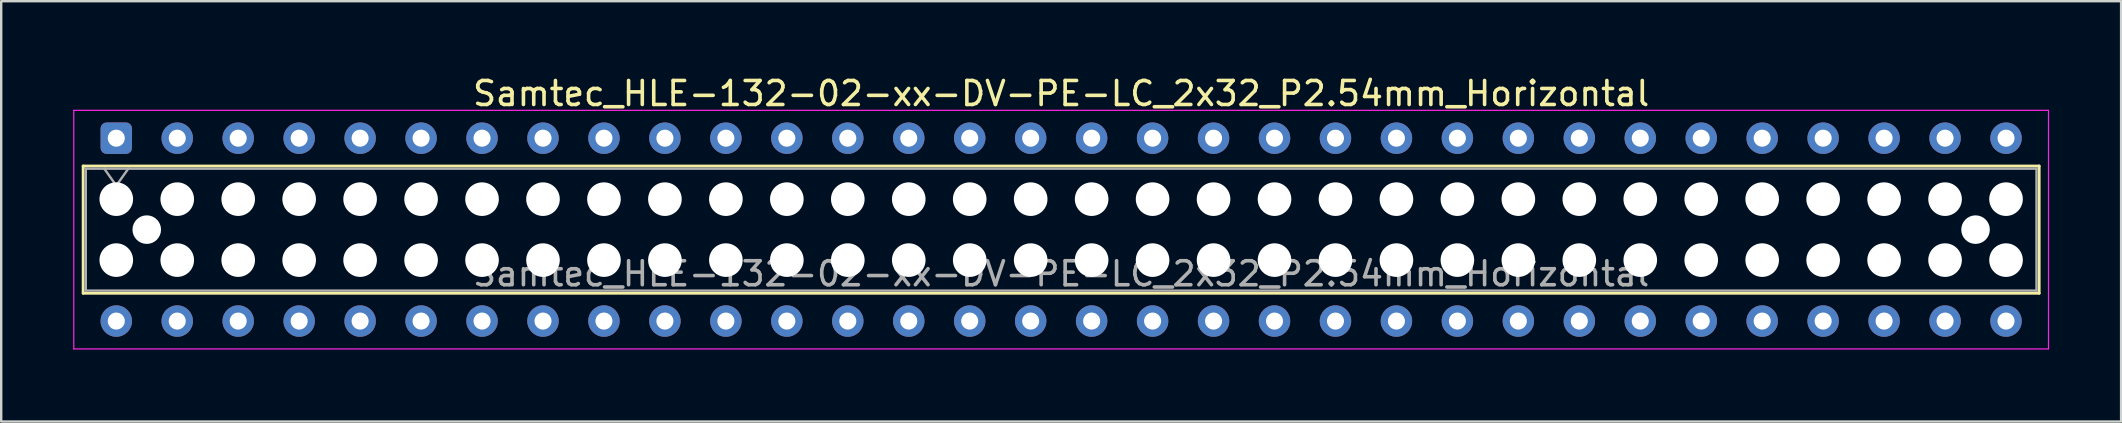
<source format=kicad_pcb>
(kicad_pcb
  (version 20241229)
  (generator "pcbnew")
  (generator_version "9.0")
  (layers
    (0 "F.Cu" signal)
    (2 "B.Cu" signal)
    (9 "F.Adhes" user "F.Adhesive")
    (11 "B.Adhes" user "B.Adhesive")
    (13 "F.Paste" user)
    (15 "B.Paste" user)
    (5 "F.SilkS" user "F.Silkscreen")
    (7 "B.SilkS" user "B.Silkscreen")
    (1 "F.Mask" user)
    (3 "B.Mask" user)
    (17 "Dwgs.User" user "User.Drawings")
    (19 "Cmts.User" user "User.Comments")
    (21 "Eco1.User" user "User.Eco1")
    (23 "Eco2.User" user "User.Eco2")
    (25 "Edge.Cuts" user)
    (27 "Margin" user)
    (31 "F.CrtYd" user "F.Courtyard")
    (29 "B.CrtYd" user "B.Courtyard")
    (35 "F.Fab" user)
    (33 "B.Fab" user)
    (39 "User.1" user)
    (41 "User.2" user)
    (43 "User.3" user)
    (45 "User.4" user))
  (footprint "Samtec_HLE-132-02-xx-DV-PE-LC_2x32_P2.54mm_Horizontal"
    (layer "F.Cu")
    (at 1.795 2.708)
    (property "Reference" "Samtec_HLE-132-02-xx-DV-PE-LC_2x32_P2.54mm_Horizontal" (at 39.37 -1.86 0) (layer "F.SilkS") (effects (font (size 1 1) (thickness 0.15))))
    (attr through_hole)
    (fp_line (start -1.38 1.16) (end 80.12 1.16) (stroke (width 0.12) (type solid)) (layer "F.SilkS"))
    (fp_line (start -1.38 6.46) (end -1.38 1.16) (stroke (width 0.12) (type solid)) (layer "F.SilkS"))
    (fp_line (start 80.12 1.16) (end 80.12 6.46) (stroke (width 0.12) (type solid)) (layer "F.SilkS"))
    (fp_line (start 80.12 6.46) (end -1.38 6.46) (stroke (width 0.12) (type solid)) (layer "F.SilkS"))
    (fp_line (start -1.77 -1.16) (end 80.51 -1.16) (stroke (width 0.05) (type solid)) (layer "F.CrtYd"))
    (fp_line (start -1.77 8.78) (end -1.77 -1.16) (stroke (width 0.05) (type solid)) (layer "F.CrtYd"))
    (fp_line (start 80.51 -1.16) (end 80.51 8.78) (stroke (width 0.05) (type solid)) (layer "F.CrtYd"))
    (fp_line (start 80.51 8.78) (end -1.77 8.78) (stroke (width 0.05) (type solid)) (layer "F.CrtYd"))
    (fp_line (start -1.27 1.27) (end 80.01 1.27) (stroke (width 0.1) (type solid)) (layer "F.Fab"))
    (fp_line (start -1.27 6.35) (end -1.27 1.27) (stroke (width 0.1) (type solid)) (layer "F.Fab"))
    (fp_line (start -0.5 1.27) (end 0 1.977) (stroke (width 0.1) (type solid)) (layer "F.Fab"))
    (fp_line (start 0 1.977) (end 0.5 1.27) (stroke (width 0.1) (type solid)) (layer "F.Fab"))
    (fp_line (start 80.01 1.27) (end 80.01 6.35) (stroke (width 0.1) (type solid)) (layer "F.Fab"))
    (fp_line (start 80.01 6.35) (end -1.27 6.35) (stroke (width 0.1) (type solid)) (layer "F.Fab"))
    (fp_text user "${REFERENCE}" (at 39.37 5.65 0) (layer "F.Fab") (effects (font (size 1 1) (thickness 0.15))))
    (pad "" np_thru_hole circle (at 0 2.54) (size 1.4 1.4) (drill 1.4) (layers "*.Cu" "*.Mask"))
    (pad "" np_thru_hole circle (at 0 5.08) (size 1.4 1.4) (drill 1.4) (layers "*.Cu" "*.Mask"))
    (pad "" np_thru_hole circle (at 1.27 3.81) (size 1.19 1.19) (drill 1.19) (layers "*.Cu" "*.Mask"))
    (pad "" np_thru_hole circle (at 2.54 2.54) (size 1.4 1.4) (drill 1.4) (layers "*.Cu" "*.Mask"))
    (pad "" np_thru_hole circle (at 2.54 5.08) (size 1.4 1.4) (drill 1.4) (layers "*.Cu" "*.Mask"))
    (pad "" np_thru_hole circle (at 5.08 2.54) (size 1.4 1.4) (drill 1.4) (layers "*.Cu" "*.Mask"))
    (pad "" np_thru_hole circle (at 5.08 5.08) (size 1.4 1.4) (drill 1.4) (layers "*.Cu" "*.Mask"))
    (pad "" np_thru_hole circle (at 7.62 2.54) (size 1.4 1.4) (drill 1.4) (layers "*.Cu" "*.Mask"))
    (pad "" np_thru_hole circle (at 7.62 5.08) (size 1.4 1.4) (drill 1.4) (layers "*.Cu" "*.Mask"))
    (pad "" np_thru_hole circle (at 10.16 2.54) (size 1.4 1.4) (drill 1.4) (layers "*.Cu" "*.Mask"))
    (pad "" np_thru_hole circle (at 10.16 5.08) (size 1.4 1.4) (drill 1.4) (layers "*.Cu" "*.Mask"))
    (pad "" np_thru_hole circle (at 12.7 2.54) (size 1.4 1.4) (drill 1.4) (layers "*.Cu" "*.Mask"))
    (pad "" np_thru_hole circle (at 12.7 5.08) (size 1.4 1.4) (drill 1.4) (layers "*.Cu" "*.Mask"))
    (pad "" np_thru_hole circle (at 15.24 2.54) (size 1.4 1.4) (drill 1.4) (layers "*.Cu" "*.Mask"))
    (pad "" np_thru_hole circle (at 15.24 5.08) (size 1.4 1.4) (drill 1.4) (layers "*.Cu" "*.Mask"))
    (pad "" np_thru_hole circle (at 17.78 2.54) (size 1.4 1.4) (drill 1.4) (layers "*.Cu" "*.Mask"))
    (pad "" np_thru_hole circle (at 17.78 5.08) (size 1.4 1.4) (drill 1.4) (layers "*.Cu" "*.Mask"))
    (pad "" np_thru_hole circle (at 20.32 2.54) (size 1.4 1.4) (drill 1.4) (layers "*.Cu" "*.Mask"))
    (pad "" np_thru_hole circle (at 20.32 5.08) (size 1.4 1.4) (drill 1.4) (layers "*.Cu" "*.Mask"))
    (pad "" np_thru_hole circle (at 22.86 2.54) (size 1.4 1.4) (drill 1.4) (layers "*.Cu" "*.Mask"))
    (pad "" np_thru_hole circle (at 22.86 5.08) (size 1.4 1.4) (drill 1.4) (layers "*.Cu" "*.Mask"))
    (pad "" np_thru_hole circle (at 25.4 2.54) (size 1.4 1.4) (drill 1.4) (layers "*.Cu" "*.Mask"))
    (pad "" np_thru_hole circle (at 25.4 5.08) (size 1.4 1.4) (drill 1.4) (layers "*.Cu" "*.Mask"))
    (pad "" np_thru_hole circle (at 27.94 2.54) (size 1.4 1.4) (drill 1.4) (layers "*.Cu" "*.Mask"))
    (pad "" np_thru_hole circle (at 27.94 5.08) (size 1.4 1.4) (drill 1.4) (layers "*.Cu" "*.Mask"))
    (pad "" np_thru_hole circle (at 30.48 2.54) (size 1.4 1.4) (drill 1.4) (layers "*.Cu" "*.Mask"))
    (pad "" np_thru_hole circle (at 30.48 5.08) (size 1.4 1.4) (drill 1.4) (layers "*.Cu" "*.Mask"))
    (pad "" np_thru_hole circle (at 33.02 2.54) (size 1.4 1.4) (drill 1.4) (layers "*.Cu" "*.Mask"))
    (pad "" np_thru_hole circle (at 33.02 5.08) (size 1.4 1.4) (drill 1.4) (layers "*.Cu" "*.Mask"))
    (pad "" np_thru_hole circle (at 35.56 2.54) (size 1.4 1.4) (drill 1.4) (layers "*.Cu" "*.Mask"))
    (pad "" np_thru_hole circle (at 35.56 5.08) (size 1.4 1.4) (drill 1.4) (layers "*.Cu" "*.Mask"))
    (pad "" np_thru_hole circle (at 38.1 2.54) (size 1.4 1.4) (drill 1.4) (layers "*.Cu" "*.Mask"))
    (pad "" np_thru_hole circle (at 38.1 5.08) (size 1.4 1.4) (drill 1.4) (layers "*.Cu" "*.Mask"))
    (pad "" np_thru_hole circle (at 40.64 2.54) (size 1.4 1.4) (drill 1.4) (layers "*.Cu" "*.Mask"))
    (pad "" np_thru_hole circle (at 40.64 5.08) (size 1.4 1.4) (drill 1.4) (layers "*.Cu" "*.Mask"))
    (pad "" np_thru_hole circle (at 43.18 2.54) (size 1.4 1.4) (drill 1.4) (layers "*.Cu" "*.Mask"))
    (pad "" np_thru_hole circle (at 43.18 5.08) (size 1.4 1.4) (drill 1.4) (layers "*.Cu" "*.Mask"))
    (pad "" np_thru_hole circle (at 45.72 2.54) (size 1.4 1.4) (drill 1.4) (layers "*.Cu" "*.Mask"))
    (pad "" np_thru_hole circle (at 45.72 5.08) (size 1.4 1.4) (drill 1.4) (layers "*.Cu" "*.Mask"))
    (pad "" np_thru_hole circle (at 48.26 2.54) (size 1.4 1.4) (drill 1.4) (layers "*.Cu" "*.Mask"))
    (pad "" np_thru_hole circle (at 48.26 5.08) (size 1.4 1.4) (drill 1.4) (layers "*.Cu" "*.Mask"))
    (pad "" np_thru_hole circle (at 50.8 2.54) (size 1.4 1.4) (drill 1.4) (layers "*.Cu" "*.Mask"))
    (pad "" np_thru_hole circle (at 50.8 5.08) (size 1.4 1.4) (drill 1.4) (layers "*.Cu" "*.Mask"))
    (pad "" np_thru_hole circle (at 53.34 2.54) (size 1.4 1.4) (drill 1.4) (layers "*.Cu" "*.Mask"))
    (pad "" np_thru_hole circle (at 53.34 5.08) (size 1.4 1.4) (drill 1.4) (layers "*.Cu" "*.Mask"))
    (pad "" np_thru_hole circle (at 55.88 2.54) (size 1.4 1.4) (drill 1.4) (layers "*.Cu" "*.Mask"))
    (pad "" np_thru_hole circle (at 55.88 5.08) (size 1.4 1.4) (drill 1.4) (layers "*.Cu" "*.Mask"))
    (pad "" np_thru_hole circle (at 58.42 2.54) (size 1.4 1.4) (drill 1.4) (layers "*.Cu" "*.Mask"))
    (pad "" np_thru_hole circle (at 58.42 5.08) (size 1.4 1.4) (drill 1.4) (layers "*.Cu" "*.Mask"))
    (pad "" np_thru_hole circle (at 60.96 2.54) (size 1.4 1.4) (drill 1.4) (layers "*.Cu" "*.Mask"))
    (pad "" np_thru_hole circle (at 60.96 5.08) (size 1.4 1.4) (drill 1.4) (layers "*.Cu" "*.Mask"))
    (pad "" np_thru_hole circle (at 63.5 2.54) (size 1.4 1.4) (drill 1.4) (layers "*.Cu" "*.Mask"))
    (pad "" np_thru_hole circle (at 63.5 5.08) (size 1.4 1.4) (drill 1.4) (layers "*.Cu" "*.Mask"))
    (pad "" np_thru_hole circle (at 66.04 2.54) (size 1.4 1.4) (drill 1.4) (layers "*.Cu" "*.Mask"))
    (pad "" np_thru_hole circle (at 66.04 5.08) (size 1.4 1.4) (drill 1.4) (layers "*.Cu" "*.Mask"))
    (pad "" np_thru_hole circle (at 68.58 2.54) (size 1.4 1.4) (drill 1.4) (layers "*.Cu" "*.Mask"))
    (pad "" np_thru_hole circle (at 68.58 5.08) (size 1.4 1.4) (drill 1.4) (layers "*.Cu" "*.Mask"))
    (pad "" np_thru_hole circle (at 71.12 2.54) (size 1.4 1.4) (drill 1.4) (layers "*.Cu" "*.Mask"))
    (pad "" np_thru_hole circle (at 71.12 5.08) (size 1.4 1.4) (drill 1.4) (layers "*.Cu" "*.Mask"))
    (pad "" np_thru_hole circle (at 73.66 2.54) (size 1.4 1.4) (drill 1.4) (layers "*.Cu" "*.Mask"))
    (pad "" np_thru_hole circle (at 73.66 5.08) (size 1.4 1.4) (drill 1.4) (layers "*.Cu" "*.Mask"))
    (pad "" np_thru_hole circle (at 76.2 2.54) (size 1.4 1.4) (drill 1.4) (layers "*.Cu" "*.Mask"))
    (pad "" np_thru_hole circle (at 76.2 5.08) (size 1.4 1.4) (drill 1.4) (layers "*.Cu" "*.Mask"))
    (pad "" np_thru_hole circle (at 77.47 3.81) (size 1.19 1.19) (drill 1.19) (layers "*.Cu" "*.Mask"))
    (pad "" np_thru_hole circle (at 78.74 2.54) (size 1.4 1.4) (drill 1.4) (layers "*.Cu" "*.Mask"))
    (pad "" np_thru_hole circle (at 78.74 5.08) (size 1.4 1.4) (drill 1.4) (layers "*.Cu" "*.Mask"))
    (pad "1" thru_hole roundrect (at 0 0) (size 1.31 1.31) (drill 0.71) (layers "*.Cu" "*.Mask") (roundrect_rratio 0.191))
    (pad "2" thru_hole circle (at 0 7.62) (size 1.31 1.31) (drill 0.71) (layers "*.Cu" "*.Mask"))
    (pad "3" thru_hole circle (at 2.54 0) (size 1.31 1.31) (drill 0.71) (layers "*.Cu" "*.Mask"))
    (pad "4" thru_hole circle (at 2.54 7.62) (size 1.31 1.31) (drill 0.71) (layers "*.Cu" "*.Mask"))
    (pad "5" thru_hole circle (at 5.08 0) (size 1.31 1.31) (drill 0.71) (layers "*.Cu" "*.Mask"))
    (pad "6" thru_hole circle (at 5.08 7.62) (size 1.31 1.31) (drill 0.71) (layers "*.Cu" "*.Mask"))
    (pad "7" thru_hole circle (at 7.62 0) (size 1.31 1.31) (drill 0.71) (layers "*.Cu" "*.Mask"))
    (pad "8" thru_hole circle (at 7.62 7.62) (size 1.31 1.31) (drill 0.71) (layers "*.Cu" "*.Mask"))
    (pad "9" thru_hole circle (at 10.16 0) (size 1.31 1.31) (drill 0.71) (layers "*.Cu" "*.Mask"))
    (pad "10" thru_hole circle (at 10.16 7.62) (size 1.31 1.31) (drill 0.71) (layers "*.Cu" "*.Mask"))
    (pad "11" thru_hole circle (at 12.7 0) (size 1.31 1.31) (drill 0.71) (layers "*.Cu" "*.Mask"))
    (pad "12" thru_hole circle (at 12.7 7.62) (size 1.31 1.31) (drill 0.71) (layers "*.Cu" "*.Mask"))
    (pad "13" thru_hole circle (at 15.24 0) (size 1.31 1.31) (drill 0.71) (layers "*.Cu" "*.Mask"))
    (pad "14" thru_hole circle (at 15.24 7.62) (size 1.31 1.31) (drill 0.71) (layers "*.Cu" "*.Mask"))
    (pad "15" thru_hole circle (at 17.78 0) (size 1.31 1.31) (drill 0.71) (layers "*.Cu" "*.Mask"))
    (pad "16" thru_hole circle (at 17.78 7.62) (size 1.31 1.31) (drill 0.71) (layers "*.Cu" "*.Mask"))
    (pad "17" thru_hole circle (at 20.32 0) (size 1.31 1.31) (drill 0.71) (layers "*.Cu" "*.Mask"))
    (pad "18" thru_hole circle (at 20.32 7.62) (size 1.31 1.31) (drill 0.71) (layers "*.Cu" "*.Mask"))
    (pad "19" thru_hole circle (at 22.86 0) (size 1.31 1.31) (drill 0.71) (layers "*.Cu" "*.Mask"))
    (pad "20" thru_hole circle (at 22.86 7.62) (size 1.31 1.31) (drill 0.71) (layers "*.Cu" "*.Mask"))
    (pad "21" thru_hole circle (at 25.4 0) (size 1.31 1.31) (drill 0.71) (layers "*.Cu" "*.Mask"))
    (pad "22" thru_hole circle (at 25.4 7.62) (size 1.31 1.31) (drill 0.71) (layers "*.Cu" "*.Mask"))
    (pad "23" thru_hole circle (at 27.94 0) (size 1.31 1.31) (drill 0.71) (layers "*.Cu" "*.Mask"))
    (pad "24" thru_hole circle (at 27.94 7.62) (size 1.31 1.31) (drill 0.71) (layers "*.Cu" "*.Mask"))
    (pad "25" thru_hole circle (at 30.48 0) (size 1.31 1.31) (drill 0.71) (layers "*.Cu" "*.Mask"))
    (pad "26" thru_hole circle (at 30.48 7.62) (size 1.31 1.31) (drill 0.71) (layers "*.Cu" "*.Mask"))
    (pad "27" thru_hole circle (at 33.02 0) (size 1.31 1.31) (drill 0.71) (layers "*.Cu" "*.Mask"))
    (pad "28" thru_hole circle (at 33.02 7.62) (size 1.31 1.31) (drill 0.71) (layers "*.Cu" "*.Mask"))
    (pad "29" thru_hole circle (at 35.56 0) (size 1.31 1.31) (drill 0.71) (layers "*.Cu" "*.Mask"))
    (pad "30" thru_hole circle (at 35.56 7.62) (size 1.31 1.31) (drill 0.71) (layers "*.Cu" "*.Mask"))
    (pad "31" thru_hole circle (at 38.1 0) (size 1.31 1.31) (drill 0.71) (layers "*.Cu" "*.Mask"))
    (pad "32" thru_hole circle (at 38.1 7.62) (size 1.31 1.31) (drill 0.71) (layers "*.Cu" "*.Mask"))
    (pad "33" thru_hole circle (at 40.64 0) (size 1.31 1.31) (drill 0.71) (layers "*.Cu" "*.Mask"))
    (pad "34" thru_hole circle (at 40.64 7.62) (size 1.31 1.31) (drill 0.71) (layers "*.Cu" "*.Mask"))
    (pad "35" thru_hole circle (at 43.18 0) (size 1.31 1.31) (drill 0.71) (layers "*.Cu" "*.Mask"))
    (pad "36" thru_hole circle (at 43.18 7.62) (size 1.31 1.31) (drill 0.71) (layers "*.Cu" "*.Mask"))
    (pad "37" thru_hole circle (at 45.72 0) (size 1.31 1.31) (drill 0.71) (layers "*.Cu" "*.Mask"))
    (pad "38" thru_hole circle (at 45.72 7.62) (size 1.31 1.31) (drill 0.71) (layers "*.Cu" "*.Mask"))
    (pad "39" thru_hole circle (at 48.26 0) (size 1.31 1.31) (drill 0.71) (layers "*.Cu" "*.Mask"))
    (pad "40" thru_hole circle (at 48.26 7.62) (size 1.31 1.31) (drill 0.71) (layers "*.Cu" "*.Mask"))
    (pad "41" thru_hole circle (at 50.8 0) (size 1.31 1.31) (drill 0.71) (layers "*.Cu" "*.Mask"))
    (pad "42" thru_hole circle (at 50.8 7.62) (size 1.31 1.31) (drill 0.71) (layers "*.Cu" "*.Mask"))
    (pad "43" thru_hole circle (at 53.34 0) (size 1.31 1.31) (drill 0.71) (layers "*.Cu" "*.Mask"))
    (pad "44" thru_hole circle (at 53.34 7.62) (size 1.31 1.31) (drill 0.71) (layers "*.Cu" "*.Mask"))
    (pad "45" thru_hole circle (at 55.88 0) (size 1.31 1.31) (drill 0.71) (layers "*.Cu" "*.Mask"))
    (pad "46" thru_hole circle (at 55.88 7.62) (size 1.31 1.31) (drill 0.71) (layers "*.Cu" "*.Mask"))
    (pad "47" thru_hole circle (at 58.42 0) (size 1.31 1.31) (drill 0.71) (layers "*.Cu" "*.Mask"))
    (pad "48" thru_hole circle (at 58.42 7.62) (size 1.31 1.31) (drill 0.71) (layers "*.Cu" "*.Mask"))
    (pad "49" thru_hole circle (at 60.96 0) (size 1.31 1.31) (drill 0.71) (layers "*.Cu" "*.Mask"))
    (pad "50" thru_hole circle (at 60.96 7.62) (size 1.31 1.31) (drill 0.71) (layers "*.Cu" "*.Mask"))
    (pad "51" thru_hole circle (at 63.5 0) (size 1.31 1.31) (drill 0.71) (layers "*.Cu" "*.Mask"))
    (pad "52" thru_hole circle (at 63.5 7.62) (size 1.31 1.31) (drill 0.71) (layers "*.Cu" "*.Mask"))
    (pad "53" thru_hole circle (at 66.04 0) (size 1.31 1.31) (drill 0.71) (layers "*.Cu" "*.Mask"))
    (pad "54" thru_hole circle (at 66.04 7.62) (size 1.31 1.31) (drill 0.71) (layers "*.Cu" "*.Mask"))
    (pad "55" thru_hole circle (at 68.58 0) (size 1.31 1.31) (drill 0.71) (layers "*.Cu" "*.Mask"))
    (pad "56" thru_hole circle (at 68.58 7.62) (size 1.31 1.31) (drill 0.71) (layers "*.Cu" "*.Mask"))
    (pad "57" thru_hole circle (at 71.12 0) (size 1.31 1.31) (drill 0.71) (layers "*.Cu" "*.Mask"))
    (pad "58" thru_hole circle (at 71.12 7.62) (size 1.31 1.31) (drill 0.71) (layers "*.Cu" "*.Mask"))
    (pad "59" thru_hole circle (at 73.66 0) (size 1.31 1.31) (drill 0.71) (layers "*.Cu" "*.Mask"))
    (pad "60" thru_hole circle (at 73.66 7.62) (size 1.31 1.31) (drill 0.71) (layers "*.Cu" "*.Mask"))
    (pad "61" thru_hole circle (at 76.2 0) (size 1.31 1.31) (drill 0.71) (layers "*.Cu" "*.Mask"))
    (pad "62" thru_hole circle (at 76.2 7.62) (size 1.31 1.31) (drill 0.71) (layers "*.Cu" "*.Mask"))
    (pad "63" thru_hole circle (at 78.74 0) (size 1.31 1.31) (drill 0.71) (layers "*.Cu" "*.Mask"))
    (pad "64" thru_hole circle (at 78.74 7.62) (size 1.31 1.31) (drill 0.71) (layers "*.Cu" "*.Mask")))
  (gr_rect
    (start -3 -3)
    (end 85.33 14.513)
    (stroke (width 0.1) (type default))
    (fill no)
    (layer "Edge.Cuts")))
</source>
